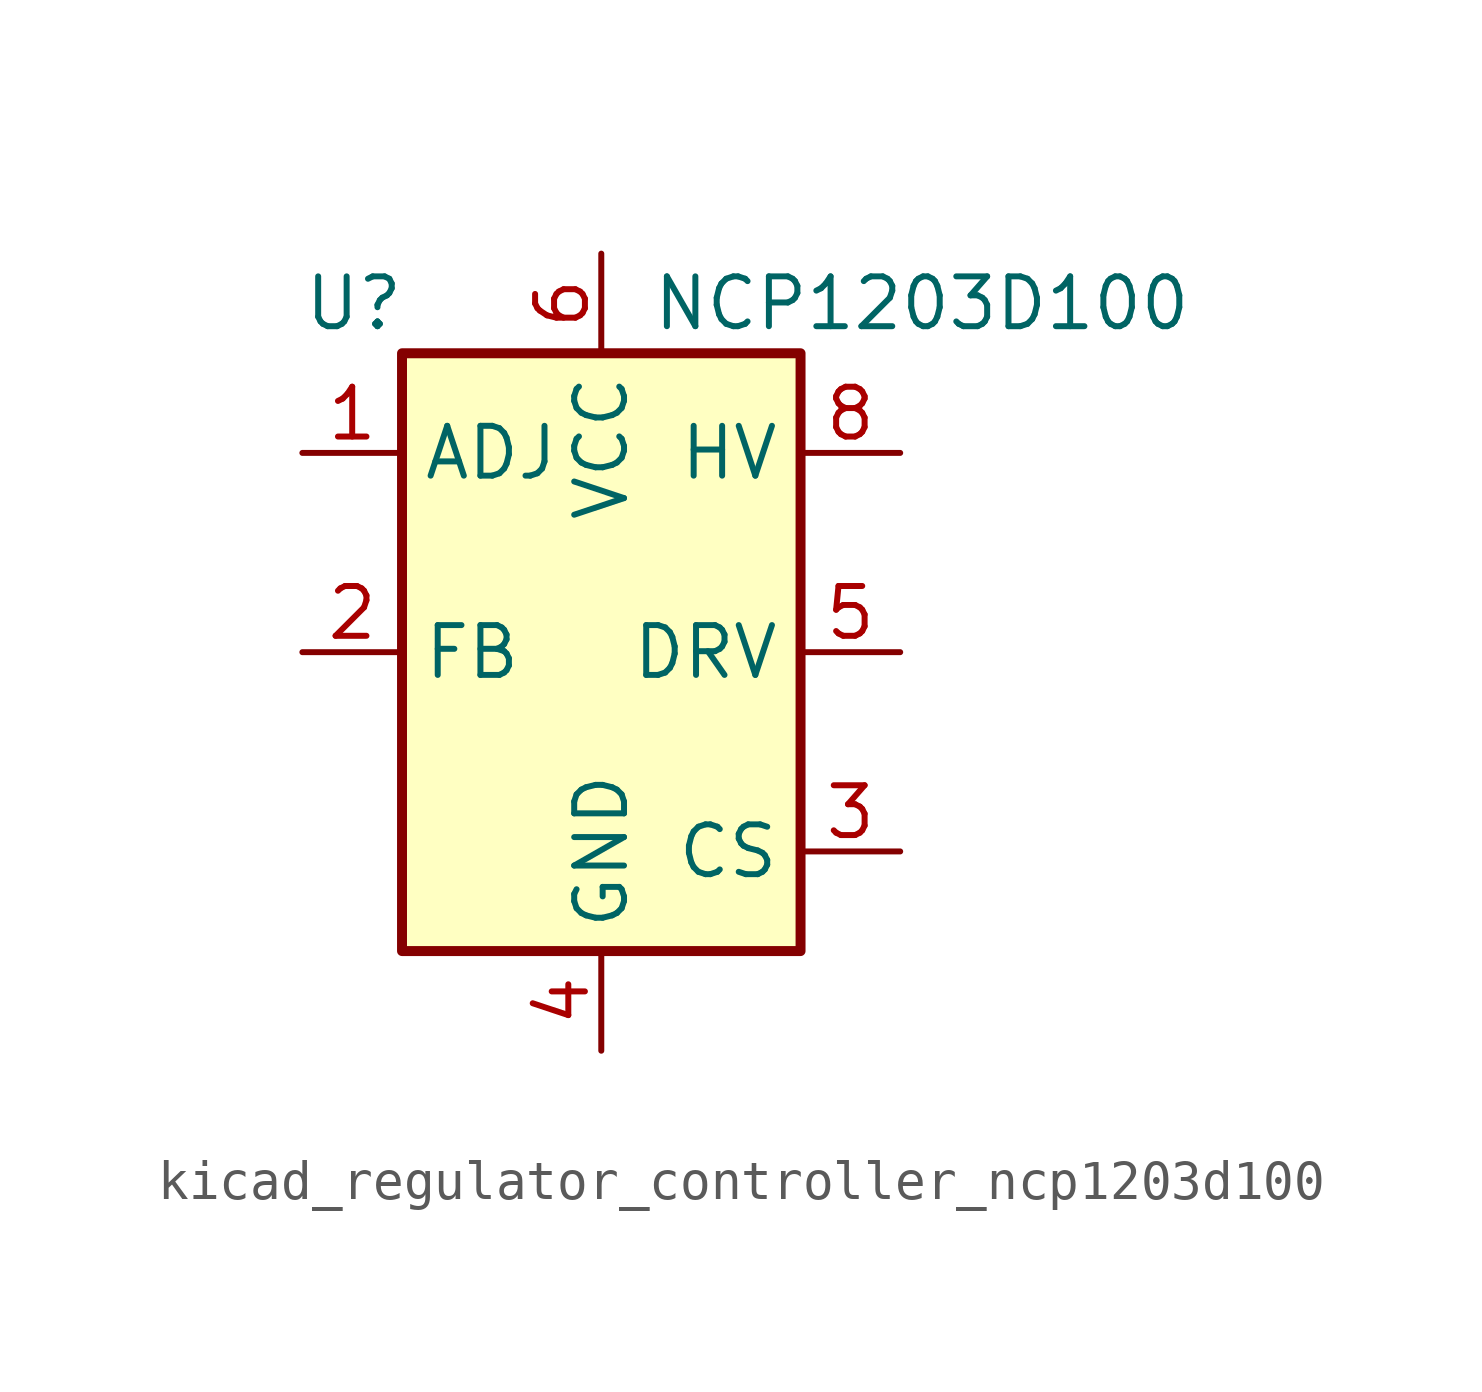
<source format=kicad_sym>
(kicad_symbol_lib
  (version 20220914)
  (generator kicad_symbol_editor)
  (symbol "kicad_regulator_controller_ncp1203d100"
    (property "Reference" "U"
      (at -7.62 8.89 0)
      (effects (font (size 1.27 1.27)) (justify left)))
    (property "Value" "NCP1203D100"
      (at 1.27 8.89 0)
      (effects (font (size 1.27 1.27)) (justify left)))
    (symbol "kicad_regulator_controller_ncp1203d100_0_0"
      (rectangle (start -5.08 7.62) (end 5.08 -7.62) (stroke (width 0.254) (type default)) (fill (type background))))
    (symbol "kicad_regulator_controller_ncp1203d100_1_1"
      (pin input line (at -7.62 5.08 0) (length 2.54) (name "ADJ" (effects (font (size 1.27 1.27)))) (number "1" (effects (font (size 1.27 1.27)))))
      (pin input line (at -7.62 0 0) (length 2.54) (name "FB" (effects (font (size 1.27 1.27)))) (number "2" (effects (font (size 1.27 1.27)))))
      (pin input line (at 7.62 -5.08 180) (length 2.54) (name "CS" (effects (font (size 1.27 1.27)))) (number "3" (effects (font (size 1.27 1.27)))))
      (pin power_in line (at 0 -10.16 90) (length 2.54) (name "GND" (effects (font (size 1.27 1.27)))) (number "4" (effects (font (size 1.27 1.27)))))
      (pin output line (at 7.62 0 180) (length 2.54) (name "DRV" (effects (font (size 1.27 1.27)))) (number "5" (effects (font (size 1.27 1.27)))))
      (pin power_in line (at 0 10.16 270) (length 2.54) (name "VCC" (effects (font (size 1.27 1.27)))) (number "6" (effects (font (size 1.27 1.27)))))
      (pin no_connect line (at -5.08 2.54 0) (length 2.54) hide (name "NC" (effects (font (size 1.27 1.27)))) (number "7" (effects (font (size 1.27 1.27)))))
      (pin input line (at 7.62 5.08 180) (length 2.54) (name "HV" (effects (font (size 1.27 1.27)))) (number "8" (effects (font (size 1.27 1.27))))))))
</source>
